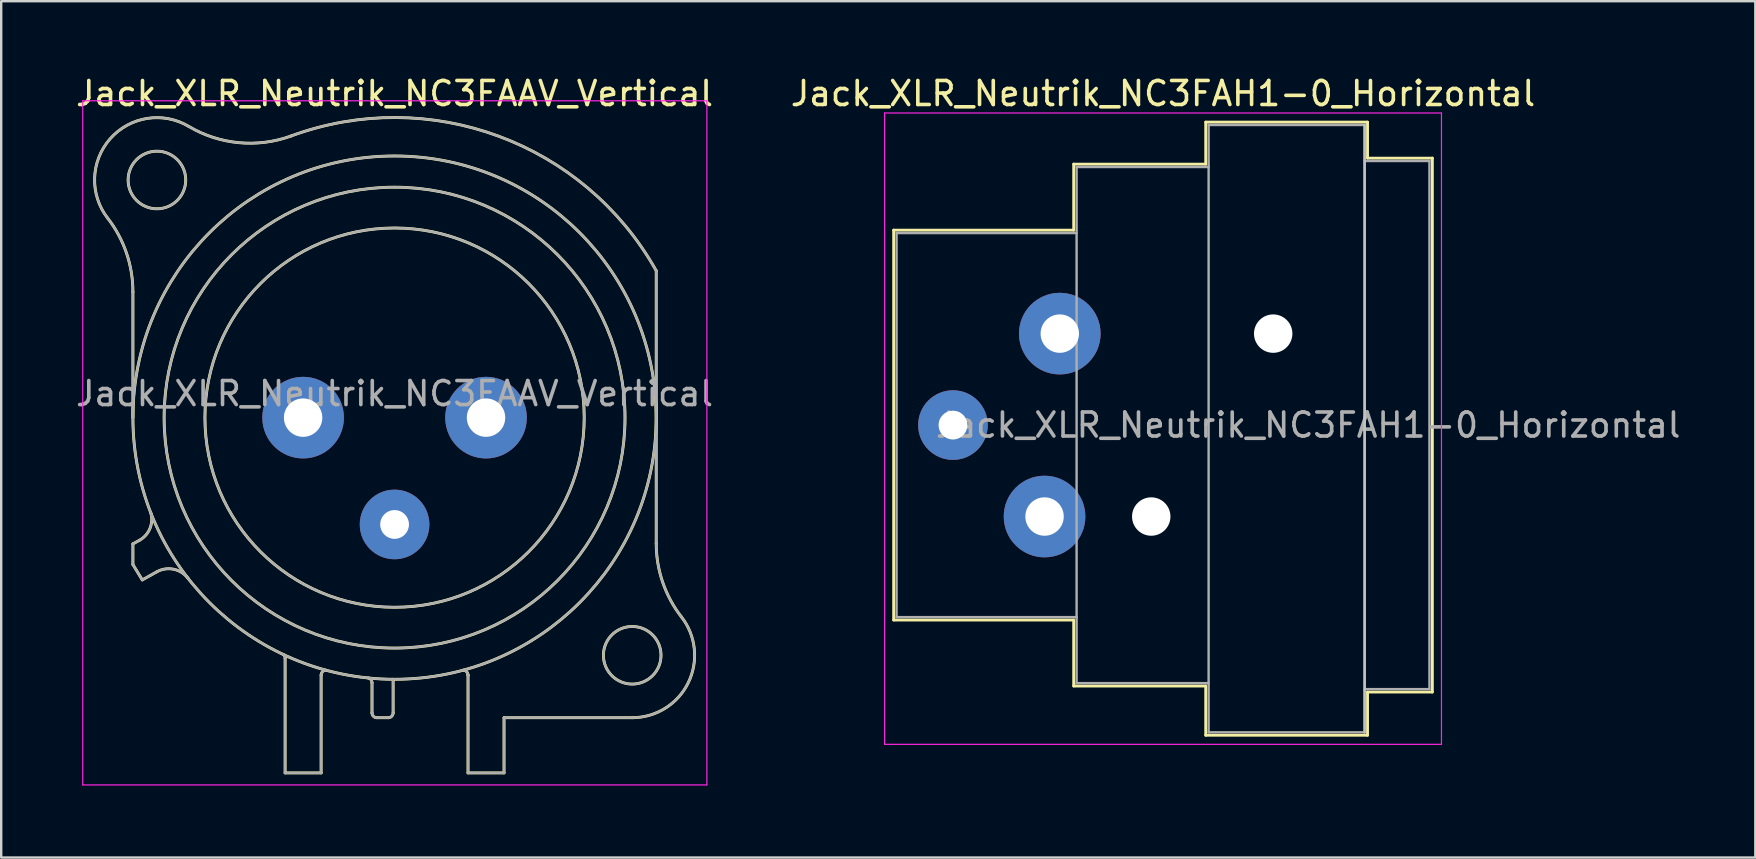
<source format=kicad_pcb>
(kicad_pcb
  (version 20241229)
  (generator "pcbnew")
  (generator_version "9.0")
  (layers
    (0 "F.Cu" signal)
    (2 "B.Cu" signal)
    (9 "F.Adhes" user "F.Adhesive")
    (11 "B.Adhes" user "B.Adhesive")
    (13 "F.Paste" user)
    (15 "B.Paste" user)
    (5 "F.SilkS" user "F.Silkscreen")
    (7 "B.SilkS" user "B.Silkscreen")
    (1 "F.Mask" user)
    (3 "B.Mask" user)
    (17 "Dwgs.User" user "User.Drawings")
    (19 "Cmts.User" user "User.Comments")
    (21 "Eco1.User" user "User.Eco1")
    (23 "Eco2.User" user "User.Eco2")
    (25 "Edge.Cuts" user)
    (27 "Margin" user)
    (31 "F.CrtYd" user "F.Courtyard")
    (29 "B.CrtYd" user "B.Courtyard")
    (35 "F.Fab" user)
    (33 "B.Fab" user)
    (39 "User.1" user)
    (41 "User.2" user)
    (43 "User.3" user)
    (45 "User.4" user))
  (footprint "Jack_XLR_Neutrik_NC3FAAV_Vertical"
    (layer "F.Cu")
    (at 17.197 14.348)
    (property "Reference" "Jack_XLR_Neutrik_NC3FAAV_Vertical" (at -3.81 -13.5 0) (layer "F.SilkS") (effects (font (size 1 1) (thickness 0.15))))
    (attr through_hole)
    (fp_line (start -14.71 0) (end -14.71 -5.24) (stroke (width 0.12) (type solid)) (layer "F.SilkS"))
    (fp_line (start -14.71 5.26) (end -14.44 5.11) (stroke (width 0.12) (type solid)) (layer "F.SilkS"))
    (fp_line (start -14.71 6.12) (end -14.71 5.26) (stroke (width 0.12) (type solid)) (layer "F.SilkS"))
    (fp_line (start -14.32 6.76) (end -14.71 6.12) (stroke (width 0.12) (type solid)) (layer "F.SilkS"))
    (fp_line (start -13.71 6.42) (end -14.32 6.76) (stroke (width 0.12) (type solid)) (layer "F.SilkS"))
    (fp_line (start -8.37 10.03) (end -8.37 14.8) (stroke (width 0.12) (type solid)) (layer "F.SilkS"))
    (fp_line (start -6.87 14.8) (end -8.37 14.8) (stroke (width 0.12) (type solid)) (layer "F.SilkS"))
    (fp_line (start -6.87 14.8) (end -6.87 10.73) (stroke (width 0.12) (type solid)) (layer "F.SilkS"))
    (fp_line (start -4.75 11.04) (end -4.75 12.3) (stroke (width 0.12) (type solid)) (layer "F.SilkS"))
    (fp_line (start -4.07 12.5) (end -4.55 12.5) (stroke (width 0.12) (type solid)) (layer "F.SilkS"))
    (fp_line (start -3.87 10.9) (end -3.87 12.3) (stroke (width 0.12) (type solid)) (layer "F.SilkS"))
    (fp_line (start -0.75 10.73) (end -0.75 10.73) (stroke (width 0.12) (type solid)) (layer "F.SilkS"))
    (fp_line (start -0.75 14.8) (end -0.75 10.73) (stroke (width 0.12) (type solid)) (layer "F.SilkS"))
    (fp_line (start 0.75 12.5) (end 6.09 12.5) (stroke (width 0.12) (type solid)) (layer "F.SilkS"))
    (fp_line (start 0.75 14.8) (end -0.75 14.8) (stroke (width 0.12) (type solid)) (layer "F.SilkS"))
    (fp_line (start 0.75 14.8) (end 0.75 12.5) (stroke (width 0.12) (type solid)) (layer "F.SilkS"))
    (fp_line (start 7.09 5.24) (end 7.09 -6.12) (stroke (width 0.12) (type solid)) (layer "F.SilkS"))
    (fp_arc (start -15.766689 -8.317569) (mid -14.98153 -6.866962) (end -14.71 -5.24) (stroke (width 0.12) (type solid)) (layer "F.SilkS"))
    (fp_arc (start -15.761979 -8.309032) (mid -15.65429 -11.620911) (end -12.38 -12.13) (stroke (width 0.12) (type solid)) (layer "F.SilkS"))
    (fp_arc (start -13.969214 3.951372) (mid -13.999461 4.614043) (end -14.44 5.11) (stroke (width 0.12) (type solid)) (layer "F.SilkS"))
    (fp_arc (start -13.71 6.42) (mid -13.01025 6.315915) (end -12.412202 6.693832) (stroke (width 0.12) (type solid)) (layer "F.SilkS"))
    (fp_arc (start -8.436364 9.870864) (mid -8.385177 9.942924) (end -8.37 10.03) (stroke (width 0.12) (type solid)) (layer "F.SilkS"))
    (fp_arc (start -8.12905 -11.730738) (mid 0.51404 -11.7289) (end 7.09 -6.12) (stroke (width 0.12) (type solid)) (layer "F.SilkS"))
    (fp_arc (start -8.118081 -11.733841) (mid -10.293498 -11.453642) (end -12.38 -12.13) (stroke (width 0.12) (type solid)) (layer "F.SilkS"))
    (fp_arc (start -6.87 10.73) (mid -6.814828 10.588126) (end -6.678303 10.520799) (stroke (width 0.12) (type solid)) (layer "F.SilkS"))
    (fp_arc (start -4.908418 10.84437) (mid -4.794571 10.914136) (end -4.75 11.04) (stroke (width 0.12) (type solid)) (layer "F.SilkS"))
    (fp_arc (start -4.55 12.5) (mid -4.691421 12.441421) (end -4.75 12.3) (stroke (width 0.12) (type solid)) (layer "F.SilkS"))
    (fp_arc (start -3.87 12.3) (mid -3.928579 12.441421) (end -4.07 12.5) (stroke (width 0.12) (type solid)) (layer "F.SilkS"))
    (fp_arc (start -0.949009 10.520288) (mid -0.807671 10.585446) (end -0.75 10.73) (stroke (width 0.12) (type solid)) (layer "F.SilkS"))
    (fp_arc (start 8.141619 8.302858) (mid 8.42587 11.041804) (end 6.09 12.5) (stroke (width 0.12) (type solid)) (layer "F.SilkS"))
    (fp_arc (start 8.14247 8.305283) (mid 7.360446 6.860467) (end 7.09 5.24) (stroke (width 0.12) (type solid)) (layer "F.SilkS"))
    (fp_circle (center -13.71 -9.9) (end -12.51 -9.9) (stroke (width 0.12) (type solid)) (fill no) (layer "F.SilkS"))
    (fp_circle (center -3.81 0) (end 4.09 0) (stroke (width 0.12) (type solid)) (fill no) (layer "F.SilkS"))
    (fp_circle (center -3.81 0) (end 5.79 0) (stroke (width 0.12) (type solid)) (fill no) (layer "F.SilkS"))
    (fp_circle (center -3.81 0) (end 7.09 0) (stroke (width 0.12) (type solid)) (fill no) (layer "F.SilkS"))
    (fp_circle (center 6.09 9.9) (end 7.29 9.9) (stroke (width 0.12) (type solid)) (fill no) (layer "F.SilkS"))
    (fp_line (start -16.8 -13.2) (end 9.2 -13.2) (stroke (width 0.05) (type solid)) (layer "F.CrtYd"))
    (fp_line (start -16.8 15.3) (end -16.8 -13.2) (stroke (width 0.05) (type solid)) (layer "F.CrtYd"))
    (fp_line (start 9.2 -13.2) (end 9.2 15.3) (stroke (width 0.05) (type solid)) (layer "F.CrtYd"))
    (fp_line (start 9.2 15.3) (end -16.8 15.3) (stroke (width 0.05) (type solid)) (layer "F.CrtYd"))
    (fp_line (start -14.71 0) (end -14.71 -5.24) (stroke (width 0.1) (type solid)) (layer "F.Fab"))
    (fp_line (start -14.71 5.26) (end -14.44 5.11) (stroke (width 0.1) (type solid)) (layer "F.Fab"))
    (fp_line (start -14.71 6.12) (end -14.71 5.26) (stroke (width 0.1) (type solid)) (layer "F.Fab"))
    (fp_line (start -14.32 6.76) (end -14.71 6.12) (stroke (width 0.1) (type solid)) (layer "F.Fab"))
    (fp_line (start -13.71 6.42) (end -14.32 6.76) (stroke (width 0.1) (type solid)) (layer "F.Fab"))
    (fp_line (start -8.37 10.03) (end -8.37 14.8) (stroke (width 0.1) (type solid)) (layer "F.Fab"))
    (fp_line (start -6.87 14.8) (end -8.37 14.8) (stroke (width 0.1) (type solid)) (layer "F.Fab"))
    (fp_line (start -6.87 14.8) (end -6.87 10.73) (stroke (width 0.1) (type solid)) (layer "F.Fab"))
    (fp_line (start -4.75 11.04) (end -4.75 12.3) (stroke (width 0.1) (type solid)) (layer "F.Fab"))
    (fp_line (start -4.07 12.5) (end -4.55 12.5) (stroke (width 0.1) (type solid)) (layer "F.Fab"))
    (fp_line (start -3.87 10.9) (end -3.87 12.3) (stroke (width 0.1) (type solid)) (layer "F.Fab"))
    (fp_line (start -0.75 10.73) (end -0.75 10.73) (stroke (width 0.1) (type solid)) (layer "F.Fab"))
    (fp_line (start -0.75 14.8) (end -0.75 10.73) (stroke (width 0.1) (type solid)) (layer "F.Fab"))
    (fp_line (start 0.75 12.5) (end 6.09 12.5) (stroke (width 0.1) (type solid)) (layer "F.Fab"))
    (fp_line (start 0.75 14.8) (end -0.75 14.8) (stroke (width 0.1) (type solid)) (layer "F.Fab"))
    (fp_line (start 0.75 14.8) (end 0.75 12.5) (stroke (width 0.1) (type solid)) (layer "F.Fab"))
    (fp_line (start 7.09 5.24) (end 7.09 -6.12) (stroke (width 0.1) (type solid)) (layer "F.Fab"))
    (fp_arc (start -15.766689 -8.317569) (mid -14.98153 -6.866962) (end -14.71 -5.24) (stroke (width 0.1) (type solid)) (layer "F.Fab"))
    (fp_arc (start -15.761979 -8.309032) (mid -15.65429 -11.620911) (end -12.38 -12.13) (stroke (width 0.1) (type solid)) (layer "F.Fab"))
    (fp_arc (start -13.969214 3.951372) (mid -13.999461 4.614043) (end -14.44 5.11) (stroke (width 0.1) (type solid)) (layer "F.Fab"))
    (fp_arc (start -13.71 6.42) (mid -13.01025 6.315915) (end -12.412202 6.693832) (stroke (width 0.1) (type solid)) (layer "F.Fab"))
    (fp_arc (start -8.436364 9.870864) (mid -8.385177 9.942924) (end -8.37 10.03) (stroke (width 0.1) (type solid)) (layer "F.Fab"))
    (fp_arc (start -8.12905 -11.730738) (mid 0.51404 -11.7289) (end 7.09 -6.12) (stroke (width 0.1) (type solid)) (layer "F.Fab"))
    (fp_arc (start -8.118081 -11.733841) (mid -10.293498 -11.453642) (end -12.38 -12.13) (stroke (width 0.1) (type solid)) (layer "F.Fab"))
    (fp_arc (start -6.87 10.73) (mid -6.814828 10.588126) (end -6.678303 10.520799) (stroke (width 0.1) (type solid)) (layer "F.Fab"))
    (fp_arc (start -4.908418 10.84437) (mid -4.794571 10.914136) (end -4.75 11.04) (stroke (width 0.1) (type solid)) (layer "F.Fab"))
    (fp_arc (start -4.55 12.5) (mid -4.691421 12.441421) (end -4.75 12.3) (stroke (width 0.1) (type solid)) (layer "F.Fab"))
    (fp_arc (start -3.87 12.3) (mid -3.928579 12.441421) (end -4.07 12.5) (stroke (width 0.1) (type solid)) (layer "F.Fab"))
    (fp_arc (start -0.949009 10.520288) (mid -0.807671 10.585446) (end -0.75 10.73) (stroke (width 0.1) (type solid)) (layer "F.Fab"))
    (fp_arc (start 8.141619 8.302858) (mid 8.42587 11.041804) (end 6.09 12.5) (stroke (width 0.1) (type solid)) (layer "F.Fab"))
    (fp_arc (start 8.14247 8.305283) (mid 7.360446 6.860467) (end 7.09 5.24) (stroke (width 0.1) (type solid)) (layer "F.Fab"))
    (fp_circle (center -13.71 -9.9) (end -12.51 -9.9) (stroke (width 0.1) (type solid)) (fill no) (layer "F.Fab"))
    (fp_circle (center -3.81 0) (end 4.09 0) (stroke (width 0.1) (type solid)) (fill no) (layer "F.Fab"))
    (fp_circle (center -3.81 0) (end 5.79 0) (stroke (width 0.1) (type solid)) (fill no) (layer "F.Fab"))
    (fp_circle (center -3.81 0) (end 7.09 0) (stroke (width 0.1) (type solid)) (fill no) (layer "F.Fab"))
    (fp_circle (center 6.09 9.9) (end 7.29 9.9) (stroke (width 0.1) (type solid)) (fill no) (layer "F.Fab"))
    (fp_text user "${REFERENCE}" (at -3.81 -1 0) (layer "F.Fab") (effects (font (size 1 1) (thickness 0.15))))
    (pad "1" thru_hole circle (at 0 0) (size 3.4 3.4) (drill 1.6) (layers "*.Cu" "*.Mask"))
    (pad "2" thru_hole circle (at -7.62 0) (size 3.4 3.4) (drill 1.6) (layers "*.Cu" "*.Mask"))
    (pad "3" thru_hole circle (at -3.81 4.45) (size 2.9 2.9) (drill 1.2) (layers "*.Cu" "*.Mask")))
  (footprint "Jack_XLR_Neutrik_NC3FAH1-0_Horizontal"
    (layer "F.Cu")
    (at 41.099 10.848)
    (property "Reference" "Jack_XLR_Neutrik_NC3FAH1-0_Horizontal" (at 4.3 -10 0) (layer "F.SilkS") (effects (font (size 1 1) (thickness 0.15))))
    (attr through_hole)
    (fp_line (start -6.92 -4.31) (end -6.92 11.93) (stroke (width 0.12) (type solid)) (layer "F.SilkS"))
    (fp_line (start 0.58 -7.06) (end 0.58 -4.31) (stroke (width 0.12) (type solid)) (layer "F.SilkS"))
    (fp_line (start 0.58 -4.31) (end -6.92 -4.31) (stroke (width 0.12) (type solid)) (layer "F.SilkS"))
    (fp_line (start 0.58 11.93) (end -6.92 11.93) (stroke (width 0.12) (type solid)) (layer "F.SilkS"))
    (fp_line (start 0.58 11.93) (end 0.58 14.68) (stroke (width 0.12) (type solid)) (layer "F.SilkS"))
    (fp_line (start 6.08 -7.06) (end 0.58 -7.06) (stroke (width 0.12) (type solid)) (layer "F.SilkS"))
    (fp_line (start 6.08 -7.06) (end 6.08 -8.81) (stroke (width 0.12) (type solid)) (layer "F.SilkS"))
    (fp_line (start 6.08 14.68) (end 0.58 14.68) (stroke (width 0.12) (type solid)) (layer "F.SilkS"))
    (fp_line (start 6.08 16.73) (end 6.08 14.68) (stroke (width 0.12) (type solid)) (layer "F.SilkS"))
    (fp_line (start 12.82 -8.81) (end 6.08 -8.81) (stroke (width 0.12) (type solid)) (layer "F.SilkS"))
    (fp_line (start 12.82 -8.81) (end 12.82 -7.31) (stroke (width 0.12) (type solid)) (layer "F.SilkS"))
    (fp_line (start 12.82 -7.31) (end 15.52 -7.31) (stroke (width 0.12) (type solid)) (layer "F.SilkS"))
    (fp_line (start 12.82 14.93) (end 12.82 16.73) (stroke (width 0.12) (type solid)) (layer "F.SilkS"))
    (fp_line (start 12.82 14.93) (end 15.52 14.93) (stroke (width 0.12) (type solid)) (layer "F.SilkS"))
    (fp_line (start 12.82 16.73) (end 6.08 16.73) (stroke (width 0.12) (type solid)) (layer "F.SilkS"))
    (fp_line (start 15.52 -7.31) (end 15.52 14.93) (stroke (width 0.12) (type solid)) (layer "F.SilkS"))
    (fp_line (start 12.7 -8.69) (end 12.7 16.61) (stroke (width 0.1) (type solid)) (layer "Dwgs.User"))
    (fp_line (start -7.3 -9.19) (end -7.3 17.11) (stroke (width 0.05) (type solid)) (layer "F.CrtYd"))
    (fp_line (start 15.9 -9.19) (end -7.3 -9.19) (stroke (width 0.05) (type solid)) (layer "F.CrtYd"))
    (fp_line (start 15.9 -9.19) (end 15.9 17.11) (stroke (width 0.05) (type solid)) (layer "F.CrtYd"))
    (fp_line (start 15.9 17.11) (end -7.3 17.11) (stroke (width 0.05) (type solid)) (layer "F.CrtYd"))
    (fp_line (start -6.8 -4.19) (end -6.8 11.81) (stroke (width 0.1) (type solid)) (layer "F.Fab"))
    (fp_line (start -6.8 11.81) (end 0.7 11.81) (stroke (width 0.1) (type solid)) (layer "F.Fab"))
    (fp_line (start 0.7 -6.94) (end 0.7 14.56) (stroke (width 0.1) (type solid)) (layer "F.Fab"))
    (fp_line (start 0.7 -4.19) (end -6.8 -4.19) (stroke (width 0.1) (type solid)) (layer "F.Fab"))
    (fp_line (start 0.7 14.56) (end 6.2 14.56) (stroke (width 0.1) (type solid)) (layer "F.Fab"))
    (fp_line (start 6.2 -8.69) (end 12.7 -8.69) (stroke (width 0.1) (type solid)) (layer "F.Fab"))
    (fp_line (start 6.2 -6.94) (end 0.7 -6.94) (stroke (width 0.1) (type solid)) (layer "F.Fab"))
    (fp_line (start 6.2 16.61) (end 6.2 -8.69) (stroke (width 0.1) (type solid)) (layer "F.Fab"))
    (fp_line (start 12.7 -8.69) (end 12.7 16.61) (stroke (width 0.1) (type solid)) (layer "F.Fab"))
    (fp_line (start 12.7 -7.19) (end 15.4 -7.19) (stroke (width 0.1) (type solid)) (layer "F.Fab"))
    (fp_line (start 12.7 16.61) (end 6.2 16.61) (stroke (width 0.1) (type solid)) (layer "F.Fab"))
    (fp_line (start 15.4 -7.19) (end 15.4 14.81) (stroke (width 0.1) (type solid)) (layer "F.Fab"))
    (fp_line (start 15.4 14.81) (end 12.7 14.81) (stroke (width 0.1) (type solid)) (layer "F.Fab"))
    (fp_text user "${REFERENCE}" (at 10.35 3.81 0) (layer "F.Fab") (effects (font (size 1 1) (thickness 0.15))))
    (pad "" np_thru_hole circle (at 3.81 7.62) (size 1.6 1.6) (drill 1.6) (layers "*.Cu" "*.Mask"))
    (pad "" np_thru_hole circle (at 8.89 0) (size 1.6 1.6) (drill 1.6) (layers "*.Cu" "*.Mask"))
    (pad "1" thru_hole circle (at 0 0) (size 3.4 3.4) (drill 1.6) (layers "*.Cu" "*.Mask"))
    (pad "2" thru_hole circle (at -0.635 7.62) (size 3.4 3.4) (drill 1.6) (layers "*.Cu" "*.Mask"))
    (pad "3" thru_hole circle (at -4.45 3.81) (size 2.9 2.9) (drill 1.2) (layers "*.Cu" "*.Mask")))
  (gr_rect
    (start -3 -3)
    (end 70.074 32.673)
    (stroke (width 0.1) (type default))
    (fill no)
    (layer "Edge.Cuts")))
</source>
